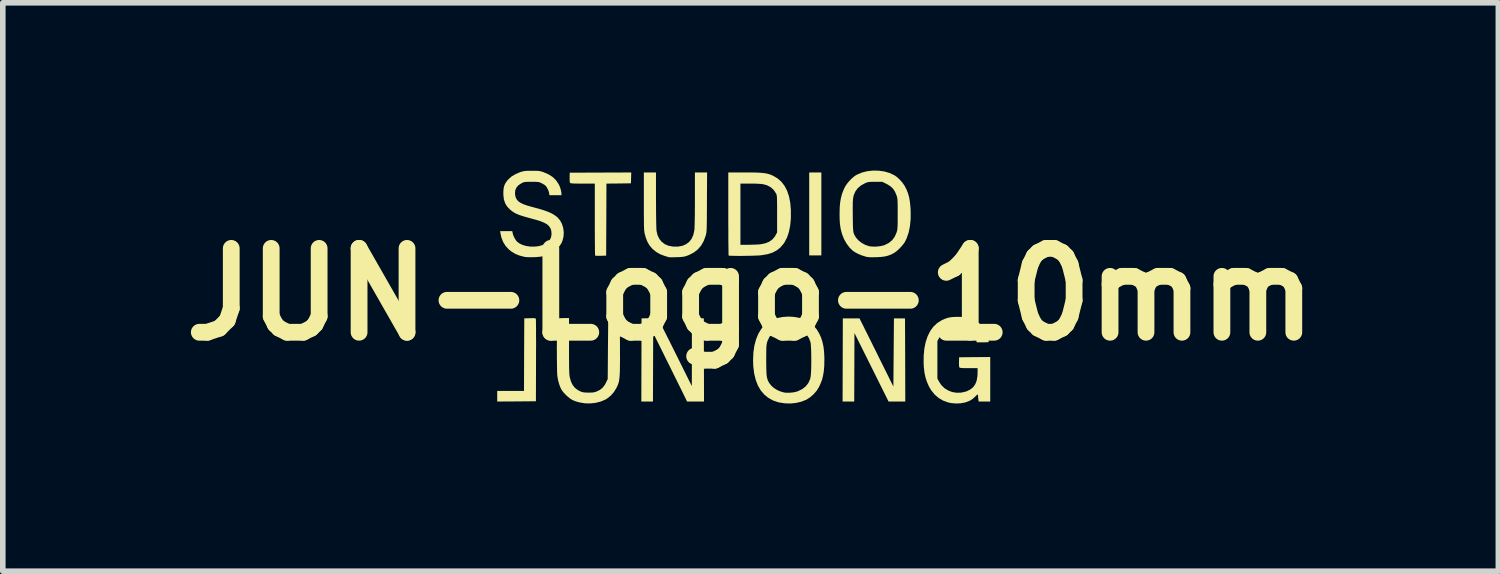
<source format=kicad_pcb>
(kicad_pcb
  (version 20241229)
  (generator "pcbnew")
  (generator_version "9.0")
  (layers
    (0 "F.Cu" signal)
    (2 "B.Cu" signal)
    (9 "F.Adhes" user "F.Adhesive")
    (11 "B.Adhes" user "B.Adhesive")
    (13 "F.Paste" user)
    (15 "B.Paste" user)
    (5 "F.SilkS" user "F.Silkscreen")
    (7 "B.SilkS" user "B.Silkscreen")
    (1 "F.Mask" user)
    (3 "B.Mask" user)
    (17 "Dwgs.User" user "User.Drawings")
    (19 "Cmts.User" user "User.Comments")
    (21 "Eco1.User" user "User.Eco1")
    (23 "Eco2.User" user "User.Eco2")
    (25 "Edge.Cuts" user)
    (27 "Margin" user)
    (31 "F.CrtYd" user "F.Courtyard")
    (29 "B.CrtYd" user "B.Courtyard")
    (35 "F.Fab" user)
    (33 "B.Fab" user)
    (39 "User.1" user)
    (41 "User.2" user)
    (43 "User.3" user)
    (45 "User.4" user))
  (footprint "JUN-Logo-10mm"
    (layer "F.Cu")
    (at 10.371 2.213)
    (property "Reference" "JUN-Logo-10mm" (at 0 0 0) (layer "F.SilkS") (effects (font (size 1.5 1.5) (thickness 0.3))))
    (attr board_only exclude_from_pos_files exclude_from_bom)
    (fp_poly (pts (xy 1.266 -1.438) (xy 1.266 -0.696) (xy 1.157 -0.696) (xy 1.049 -0.696) (xy 1.049 -1.438) (xy 1.049 -2.179) (xy 1.157 -2.179) (xy 1.266 -2.179)) (stroke (width 0) (type solid)) (fill yes) (layer "F.SilkS"))
    (fp_poly (pts (xy -3.872 0.426) (xy -3.854 0.428) (xy -3.845 0.432) (xy -3.84 0.439) (xy -3.839 0.445) (xy -3.838 0.457) (xy -3.837 0.486) (xy -3.837 0.53) (xy -3.836 0.588) (xy -3.836 0.658) (xy -3.836 0.74) (xy -3.835 0.831) (xy -3.835 0.93) (xy -3.836 1.036) (xy -3.836 1.148) (xy -3.836 1.189) (xy -3.838 1.912) (xy -4.184 1.915) (xy -4.53 1.917) (xy -4.53 1.822) (xy -4.53 1.727) (xy -4.291 1.727) (xy -4.051 1.727) (xy -4.049 1.078) (xy -4.046 0.43) (xy -3.945 0.427) (xy -3.901 0.426)) (stroke (width 0) (type solid)) (fill yes) (layer "F.SilkS"))
    (fp_poly (pts (xy 1.989 0.512) (xy 2 0.534) (xy 2.019 0.571) (xy 2.043 0.621) (xy 2.074 0.682) (xy 2.109 0.753) (xy 2.149 0.832) (xy 2.191 0.918) (xy 2.236 1.008) (xy 2.282 1.101) (xy 2.292 1.122) (xy 2.554 1.649) (xy 2.559 1.039) (xy 2.564 0.43) (xy 2.663 0.43) (xy 2.762 0.43) (xy 2.765 1.173) (xy 2.767 1.917) (xy 2.617 1.917) (xy 2.468 1.917) (xy 2.163 1.304) (xy 1.858 0.692) (xy 1.856 1.304) (xy 1.854 1.917) (xy 1.75 1.917) (xy 1.646 1.917) (xy 1.648 1.173) (xy 1.65 0.43) (xy 1.799 0.43) (xy 1.948 0.43)) (stroke (width 0) (type solid)) (fill yes) (layer "F.SilkS"))
    (fp_poly (pts (xy -2.136 -2.082) (xy -2.139 -1.985) (xy -2.358 -1.982) (xy -2.577 -1.98) (xy -2.579 -1.336) (xy -2.582 -0.692) (xy -2.677 -0.689) (xy -2.717 -0.689) (xy -2.75 -0.689) (xy -2.772 -0.691) (xy -2.779 -0.693) (xy -2.78 -0.703) (xy -2.781 -0.729) (xy -2.782 -0.771) (xy -2.783 -0.826) (xy -2.783 -0.894) (xy -2.784 -0.972) (xy -2.784 -1.06) (xy -2.785 -1.156) (xy -2.785 -1.258) (xy -2.785 -1.34) (xy -2.785 -1.98) (xy -3.001 -1.98) (xy -3.072 -1.98) (xy -3.126 -1.981) (xy -3.167 -1.982) (xy -3.196 -1.984) (xy -3.214 -1.987) (xy -3.224 -1.99) (xy -3.227 -1.993) (xy -3.233 -2.01) (xy -3.235 -2.043) (xy -3.235 -2.09) (xy -3.233 -2.175) (xy -2.683 -2.177) (xy -2.133 -2.179)) (stroke (width 0) (type solid)) (fill yes) (layer "F.SilkS"))
    (fp_poly (pts (xy -1.706 0.427) (xy -1.677 0.429) (xy -1.661 0.432) (xy -1.655 0.436) (xy -1.649 0.446) (xy -1.636 0.471) (xy -1.616 0.509) (xy -1.59 0.559) (xy -1.559 0.621) (xy -1.523 0.692) (xy -1.483 0.772) (xy -1.439 0.859) (xy -1.393 0.952) (xy -1.347 1.044) (xy -1.05 1.641) (xy -1.049 1.043) (xy -1.049 0.922) (xy -1.049 0.818) (xy -1.049 0.729) (xy -1.048 0.654) (xy -1.047 0.593) (xy -1.046 0.544) (xy -1.045 0.506) (xy -1.044 0.477) (xy -1.042 0.457) (xy -1.04 0.444) (xy -1.038 0.437) (xy -1.036 0.435) (xy -1.019 0.429) (xy -0.986 0.427) (xy -0.935 0.427) (xy -0.93 0.427) (xy -0.836 0.43) (xy -0.834 1.173) (xy -0.832 1.917) (xy -0.983 1.917) (xy -1.135 1.917) (xy -1.265 1.652) (xy -1.3 1.582) (xy -1.341 1.499) (xy -1.386 1.408) (xy -1.433 1.312) (xy -1.481 1.216) (xy -1.528 1.122) (xy -1.568 1.04) (xy -1.741 0.692) (xy -1.743 1.305) (xy -1.745 1.917) (xy -1.849 1.917) (xy -1.953 1.917) (xy -1.951 1.173) (xy -1.949 0.43) (xy -1.807 0.427) (xy -1.748 0.426)) (stroke (width 0) (type solid)) (fill yes) (layer "F.SilkS"))
    (fp_poly (pts (xy -0.011 -2.179) (xy 0.071 -2.178) (xy 0.14 -2.176) (xy 0.198 -2.172) (xy 0.246 -2.167) (xy 0.287 -2.16) (xy 0.324 -2.151) (xy 0.358 -2.139) (xy 0.392 -2.125) (xy 0.412 -2.115) (xy 0.49 -2.068) (xy 0.556 -2.008) (xy 0.611 -1.935) (xy 0.655 -1.849) (xy 0.688 -1.749) (xy 0.71 -1.636) (xy 0.721 -1.508) (xy 0.721 -1.501) (xy 0.721 -1.358) (xy 0.709 -1.23) (xy 0.686 -1.115) (xy 0.652 -1.014) (xy 0.606 -0.927) (xy 0.587 -0.9) (xy 0.532 -0.836) (xy 0.467 -0.785) (xy 0.393 -0.746) (xy 0.306 -0.718) (xy 0.206 -0.701) (xy 0.165 -0.696) (xy 0.127 -0.694) (xy 0.078 -0.692) (xy 0.022 -0.69) (xy -0.04 -0.689) (xy -0.103 -0.688) (xy -0.167 -0.687) (xy -0.227 -0.687) (xy -0.282 -0.688) (xy -0.328 -0.689) (xy -0.364 -0.69) (xy -0.386 -0.692) (xy -0.392 -0.693) (xy -0.393 -0.703) (xy -0.394 -0.73) (xy -0.394 -0.771) (xy -0.395 -0.827) (xy -0.396 -0.896) (xy -0.397 -0.976) (xy -0.397 -1.066) (xy -0.397 -1.164) (xy -0.398 -1.27) (xy -0.398 -1.381) (xy -0.398 -1.439) (xy -0.398 -1.98) (xy -0.181 -1.98) (xy -0.181 -1.433) (xy -0.181 -0.886) (xy -0.038 -0.886) (xy 0.018 -0.887) (xy 0.076 -0.889) (xy 0.128 -0.891) (xy 0.17 -0.894) (xy 0.181 -0.896) (xy 0.264 -0.912) (xy 0.334 -0.941) (xy 0.39 -0.981) (xy 0.435 -1.034) (xy 0.449 -1.059) (xy 0.475 -1.108) (xy 0.475 -1.438) (xy 0.475 -1.524) (xy 0.475 -1.594) (xy 0.474 -1.649) (xy 0.473 -1.693) (xy 0.472 -1.726) (xy 0.471 -1.75) (xy 0.468 -1.768) (xy 0.465 -1.782) (xy 0.461 -1.793) (xy 0.456 -1.803) (xy 0.454 -1.806) (xy 0.413 -1.868) (xy 0.36 -1.915) (xy 0.297 -1.949) (xy 0.235 -1.967) (xy 0.195 -1.973) (xy 0.137 -1.977) (xy 0.063 -1.98) (xy -0.002 -1.98) (xy -0.181 -1.98) (xy -0.398 -1.98) (xy -0.398 -2.179) (xy -0.11 -2.179)) (stroke (width 0) (type solid)) (fill yes) (layer "F.SilkS"))
    (fp_poly (pts (xy -1.691 -1.693) (xy -1.69 -1.599) (xy -1.69 -1.508) (xy -1.689 -1.422) (xy -1.688 -1.344) (xy -1.687 -1.275) (xy -1.685 -1.218) (xy -1.684 -1.174) (xy -1.682 -1.146) (xy -1.682 -1.139) (xy -1.664 -1.06) (xy -1.632 -0.993) (xy -1.588 -0.938) (xy -1.532 -0.896) (xy -1.464 -0.868) (xy -1.387 -0.854) (xy -1.298 -0.853) (xy -1.22 -0.867) (xy -1.154 -0.895) (xy -1.098 -0.937) (xy -1.055 -0.992) (xy -1.024 -1.06) (xy -1.006 -1.14) (xy -1.004 -1.153) (xy -1.002 -1.178) (xy -1.001 -1.219) (xy -0.999 -1.274) (xy -0.998 -1.341) (xy -0.996 -1.417) (xy -0.996 -1.501) (xy -0.995 -1.591) (xy -0.995 -1.684) (xy -0.995 -1.707) (xy -0.995 -2.179) (xy -0.886 -2.179) (xy -0.777 -2.179) (xy -0.78 -1.648) (xy -0.78 -1.537) (xy -0.781 -1.442) (xy -0.781 -1.362) (xy -0.782 -1.296) (xy -0.783 -1.241) (xy -0.784 -1.197) (xy -0.785 -1.162) (xy -0.787 -1.134) (xy -0.789 -1.111) (xy -0.792 -1.093) (xy -0.795 -1.077) (xy -0.798 -1.062) (xy -0.803 -1.047) (xy -0.804 -1.044) (xy -0.839 -0.95) (xy -0.885 -0.87) (xy -0.943 -0.803) (xy -1.014 -0.748) (xy -1.099 -0.704) (xy -1.135 -0.69) (xy -1.165 -0.68) (xy -1.194 -0.673) (xy -1.227 -0.669) (xy -1.269 -0.666) (xy -1.324 -0.664) (xy -1.325 -0.664) (xy -1.371 -0.663) (xy -1.411 -0.663) (xy -1.442 -0.663) (xy -1.458 -0.663) (xy -1.46 -0.664) (xy -1.473 -0.668) (xy -1.498 -0.675) (xy -1.53 -0.685) (xy -1.537 -0.687) (xy -1.619 -0.718) (xy -1.688 -0.758) (xy -1.752 -0.811) (xy -1.754 -0.813) (xy -1.804 -0.871) (xy -1.843 -0.936) (xy -1.873 -1.013) (xy -1.886 -1.058) (xy -1.891 -1.076) (xy -1.895 -1.094) (xy -1.898 -1.111) (xy -1.9 -1.13) (xy -1.903 -1.153) (xy -1.904 -1.181) (xy -1.906 -1.215) (xy -1.906 -1.258) (xy -1.907 -1.311) (xy -1.907 -1.375) (xy -1.908 -1.452) (xy -1.908 -1.544) (xy -1.908 -1.653) (xy -1.908 -1.662) (xy -1.908 -2.179) (xy -1.799 -2.179) (xy -1.691 -2.179)) (stroke (width 0) (type solid)) (fill yes) (layer "F.SilkS"))
    (fp_poly (pts (xy -3.246 0.92) (xy -3.246 1.032) (xy -3.246 1.127) (xy -3.245 1.208) (xy -3.245 1.274) (xy -3.244 1.329) (xy -3.242 1.374) (xy -3.241 1.41) (xy -3.239 1.438) (xy -3.236 1.461) (xy -3.233 1.48) (xy -3.232 1.483) (xy -3.211 1.561) (xy -3.179 1.624) (xy -3.138 1.675) (xy -3.084 1.715) (xy -3.049 1.733) (xy -3.022 1.744) (xy -2.997 1.751) (xy -2.967 1.755) (xy -2.928 1.757) (xy -2.903 1.758) (xy -2.855 1.757) (xy -2.819 1.755) (xy -2.79 1.75) (xy -2.762 1.741) (xy -2.753 1.738) (xy -2.692 1.708) (xy -2.644 1.669) (xy -2.606 1.619) (xy -2.587 1.583) (xy -2.554 1.515) (xy -2.55 0.972) (xy -2.545 0.43) (xy -2.441 0.43) (xy -2.337 0.43) (xy -2.335 0.925) (xy -2.335 1.047) (xy -2.334 1.152) (xy -2.335 1.242) (xy -2.336 1.319) (xy -2.337 1.383) (xy -2.34 1.438) (xy -2.343 1.483) (xy -2.348 1.522) (xy -2.353 1.555) (xy -2.36 1.583) (xy -2.369 1.609) (xy -2.379 1.634) (xy -2.391 1.66) (xy -2.396 1.67) (xy -2.441 1.744) (xy -2.498 1.81) (xy -2.563 1.862) (xy -2.592 1.88) (xy -2.675 1.916) (xy -2.767 1.94) (xy -2.865 1.951) (xy -2.963 1.949) (xy -3.058 1.933) (xy -3.065 1.931) (xy -3.108 1.919) (xy -3.151 1.904) (xy -3.186 1.889) (xy -3.191 1.886) (xy -3.229 1.862) (xy -3.272 1.827) (xy -3.315 1.786) (xy -3.353 1.744) (xy -3.378 1.709) (xy -3.403 1.66) (xy -3.425 1.598) (xy -3.443 1.531) (xy -3.454 1.463) (xy -3.455 1.462) (xy -3.457 1.434) (xy -3.459 1.392) (xy -3.46 1.338) (xy -3.461 1.275) (xy -3.462 1.203) (xy -3.463 1.125) (xy -3.463 1.043) (xy -3.464 0.959) (xy -3.463 0.874) (xy -3.463 0.792) (xy -3.462 0.714) (xy -3.461 0.641) (xy -3.46 0.576) (xy -3.459 0.522) (xy -3.457 0.479) (xy -3.455 0.45) (xy -3.453 0.436) (xy -3.452 0.436) (xy -3.437 0.43) (xy -3.404 0.427) (xy -3.355 0.425) (xy -3.344 0.425) (xy -3.246 0.425)) (stroke (width 0) (type solid)) (fill yes) (layer "F.SilkS"))
    (fp_poly (pts (xy 0.779 0.404) (xy 0.874 0.421) (xy 0.962 0.45) (xy 1.04 0.49) (xy 1.046 0.493) (xy 1.12 0.553) (xy 1.184 0.627) (xy 1.228 0.701) (xy 1.261 0.774) (xy 1.286 0.851) (xy 1.304 0.934) (xy 1.315 1.027) (xy 1.32 1.133) (xy 1.32 1.176) (xy 1.318 1.281) (xy 1.31 1.372) (xy 1.297 1.453) (xy 1.278 1.528) (xy 1.25 1.6) (xy 1.223 1.658) (xy 1.183 1.723) (xy 1.13 1.784) (xy 1.068 1.839) (xy 1.003 1.881) (xy 0.996 1.885) (xy 0.91 1.919) (xy 0.814 1.942) (xy 0.713 1.952) (xy 0.61 1.949) (xy 0.51 1.933) (xy 0.502 1.932) (xy 0.405 1.899) (xy 0.32 1.853) (xy 0.246 1.793) (xy 0.183 1.719) (xy 0.132 1.632) (xy 0.093 1.531) (xy 0.065 1.417) (xy 0.049 1.29) (xy 0.045 1.178) (xy 0.045 1.176) (xy 0.28 1.176) (xy 0.281 1.264) (xy 0.282 1.336) (xy 0.284 1.394) (xy 0.287 1.441) (xy 0.292 1.479) (xy 0.3 1.511) (xy 0.309 1.538) (xy 0.321 1.563) (xy 0.334 1.586) (xy 0.371 1.633) (xy 0.42 1.676) (xy 0.476 1.711) (xy 0.518 1.73) (xy 0.561 1.745) (xy 0.594 1.754) (xy 0.623 1.759) (xy 0.655 1.76) (xy 0.696 1.759) (xy 0.708 1.759) (xy 0.768 1.753) (xy 0.818 1.742) (xy 0.848 1.732) (xy 0.924 1.695) (xy 0.985 1.647) (xy 1.032 1.589) (xy 1.063 1.521) (xy 1.071 1.492) (xy 1.076 1.461) (xy 1.08 1.416) (xy 1.083 1.359) (xy 1.085 1.294) (xy 1.086 1.224) (xy 1.086 1.152) (xy 1.085 1.08) (xy 1.084 1.013) (xy 1.081 0.953) (xy 1.078 0.903) (xy 1.074 0.866) (xy 1.071 0.854) (xy 1.044 0.782) (xy 1.002 0.72) (xy 0.946 0.67) (xy 0.877 0.631) (xy 0.794 0.605) (xy 0.774 0.6) (xy 0.734 0.593) (xy 0.703 0.589) (xy 0.675 0.589) (xy 0.641 0.593) (xy 0.609 0.599) (xy 0.522 0.62) (xy 0.448 0.654) (xy 0.388 0.699) (xy 0.341 0.756) (xy 0.307 0.826) (xy 0.298 0.851) (xy 0.293 0.87) (xy 0.289 0.889) (xy 0.286 0.912) (xy 0.283 0.94) (xy 0.282 0.975) (xy 0.281 1.021) (xy 0.281 1.08) (xy 0.28 1.153) (xy 0.28 1.176) (xy 0.045 1.176) (xy 0.051 1.04) (xy 0.069 0.915) (xy 0.099 0.803) (xy 0.14 0.703) (xy 0.193 0.617) (xy 0.258 0.544) (xy 0.326 0.491) (xy 0.402 0.45) (xy 0.489 0.421) (xy 0.584 0.404) (xy 0.681 0.398)) (stroke (width 0) (type solid)) (fill yes) (layer "F.SilkS"))
    (fp_poly (pts (xy 3.779 0.404) (xy 3.819 0.405) (xy 3.851 0.408) (xy 3.877 0.413) (xy 3.903 0.42) (xy 3.923 0.427) (xy 4.014 0.468) (xy 4.091 0.52) (xy 4.155 0.583) (xy 4.204 0.657) (xy 4.213 0.674) (xy 4.228 0.713) (xy 4.242 0.759) (xy 4.253 0.805) (xy 4.259 0.844) (xy 4.259 0.852) (xy 4.25 0.855) (xy 4.227 0.857) (xy 4.193 0.858) (xy 4.152 0.859) (xy 4.151 0.859) (xy 4.044 0.859) (xy 4.038 0.826) (xy 4.019 0.769) (xy 3.988 0.714) (xy 3.947 0.667) (xy 3.92 0.645) (xy 3.882 0.626) (xy 3.831 0.609) (xy 3.773 0.596) (xy 3.739 0.592) (xy 3.688 0.591) (xy 3.63 0.598) (xy 3.573 0.611) (xy 3.524 0.628) (xy 3.522 0.629) (xy 3.477 0.657) (xy 3.433 0.698) (xy 3.393 0.745) (xy 3.372 0.779) (xy 3.341 0.836) (xy 3.341 1.171) (xy 3.341 1.506) (xy 3.368 1.557) (xy 3.412 1.624) (xy 3.467 1.678) (xy 3.533 1.719) (xy 3.605 1.747) (xy 3.683 1.76) (xy 3.764 1.758) (xy 3.846 1.74) (xy 3.869 1.732) (xy 3.932 1.7) (xy 3.982 1.659) (xy 4.019 1.606) (xy 4.044 1.541) (xy 4.057 1.463) (xy 4.06 1.397) (xy 4.06 1.32) (xy 3.903 1.32) (xy 3.843 1.32) (xy 3.799 1.319) (xy 3.768 1.317) (xy 3.748 1.314) (xy 3.738 1.31) (xy 3.735 1.308) (xy 3.73 1.291) (xy 3.727 1.257) (xy 3.727 1.21) (xy 3.73 1.126) (xy 4.008 1.123) (xy 4.286 1.121) (xy 4.286 1.519) (xy 4.286 1.917) (xy 4.183 1.917) (xy 4.08 1.917) (xy 4.075 1.889) (xy 4.071 1.86) (xy 4.069 1.827) (xy 4.069 1.825) (xy 4.067 1.803) (xy 4.063 1.791) (xy 4.062 1.79) (xy 4.052 1.796) (xy 4.034 1.812) (xy 4.014 1.832) (xy 3.969 1.872) (xy 3.921 1.902) (xy 3.864 1.925) (xy 3.831 1.935) (xy 3.753 1.949) (xy 3.668 1.952) (xy 3.584 1.944) (xy 3.54 1.935) (xy 3.447 1.902) (xy 3.364 1.854) (xy 3.291 1.791) (xy 3.23 1.715) (xy 3.189 1.645) (xy 3.154 1.565) (xy 3.128 1.485) (xy 3.11 1.401) (xy 3.099 1.306) (xy 3.095 1.239) (xy 3.096 1.098) (xy 3.108 0.969) (xy 3.132 0.852) (xy 3.167 0.748) (xy 3.213 0.656) (xy 3.27 0.578) (xy 3.338 0.514) (xy 3.417 0.464) (xy 3.43 0.458) (xy 3.478 0.437) (xy 3.521 0.422) (xy 3.565 0.412) (xy 3.614 0.406) (xy 3.673 0.403) (xy 3.725 0.403)) (stroke (width 0) (type solid)) (fill yes) (layer "F.SilkS"))
    (fp_poly (pts (xy 2.29 -2.211) (xy 2.392 -2.197) (xy 2.488 -2.169) (xy 2.574 -2.128) (xy 2.575 -2.128) (xy 2.622 -2.094) (xy 2.671 -2.048) (xy 2.716 -1.997) (xy 2.752 -1.945) (xy 2.753 -1.944) (xy 2.788 -1.876) (xy 2.816 -1.806) (xy 2.837 -1.729) (xy 2.851 -1.644) (xy 2.86 -1.546) (xy 2.863 -1.492) (xy 2.863 -1.351) (xy 2.851 -1.224) (xy 2.828 -1.108) (xy 2.792 -1.003) (xy 2.761 -0.939) (xy 2.736 -0.902) (xy 2.701 -0.859) (xy 2.659 -0.815) (xy 2.616 -0.776) (xy 2.576 -0.746) (xy 2.564 -0.738) (xy 2.509 -0.71) (xy 2.454 -0.69) (xy 2.395 -0.676) (xy 2.328 -0.668) (xy 2.247 -0.664) (xy 2.19 -0.663) (xy 2.147 -0.663) (xy 2.112 -0.665) (xy 2.082 -0.669) (xy 2.052 -0.676) (xy 2.044 -0.679) (xy 1.984 -0.698) (xy 1.925 -0.723) (xy 1.871 -0.751) (xy 1.83 -0.778) (xy 1.771 -0.835) (xy 1.718 -0.906) (xy 1.672 -0.987) (xy 1.637 -1.075) (xy 1.634 -1.086) (xy 1.617 -1.147) (xy 1.605 -1.209) (xy 1.597 -1.276) (xy 1.593 -1.353) (xy 1.592 -1.441) (xy 1.594 -1.529) (xy 1.827 -1.529) (xy 1.828 -1.455) (xy 1.828 -1.405) (xy 1.829 -1.326) (xy 1.83 -1.263) (xy 1.831 -1.214) (xy 1.833 -1.176) (xy 1.835 -1.147) (xy 1.838 -1.124) (xy 1.841 -1.107) (xy 1.846 -1.091) (xy 1.851 -1.076) (xy 1.852 -1.073) (xy 1.884 -1.016) (xy 1.931 -0.963) (xy 1.989 -0.918) (xy 2.054 -0.883) (xy 2.124 -0.86) (xy 2.134 -0.858) (xy 2.19 -0.853) (xy 2.254 -0.854) (xy 2.319 -0.861) (xy 2.376 -0.874) (xy 2.4 -0.882) (xy 2.474 -0.92) (xy 2.533 -0.969) (xy 2.578 -1.03) (xy 2.61 -1.103) (xy 2.613 -1.112) (xy 2.619 -1.131) (xy 2.623 -1.151) (xy 2.626 -1.174) (xy 2.628 -1.201) (xy 2.63 -1.237) (xy 2.631 -1.283) (xy 2.631 -1.341) (xy 2.631 -1.414) (xy 2.631 -1.44) (xy 2.631 -1.517) (xy 2.631 -1.578) (xy 2.63 -1.626) (xy 2.629 -1.664) (xy 2.627 -1.692) (xy 2.625 -1.715) (xy 2.621 -1.734) (xy 2.616 -1.751) (xy 2.61 -1.77) (xy 2.61 -1.77) (xy 2.583 -1.835) (xy 2.549 -1.887) (xy 2.504 -1.93) (xy 2.446 -1.967) (xy 2.423 -1.979) (xy 2.356 -2.012) (xy 2.229 -2.012) (xy 2.178 -2.012) (xy 2.141 -2.011) (xy 2.113 -2.008) (xy 2.092 -2.004) (xy 2.071 -1.997) (xy 2.048 -1.987) (xy 2.045 -1.986) (xy 1.972 -1.945) (xy 1.915 -1.896) (xy 1.874 -1.84) (xy 1.846 -1.773) (xy 1.84 -1.75) (xy 1.836 -1.728) (xy 1.832 -1.703) (xy 1.83 -1.673) (xy 1.828 -1.636) (xy 1.828 -1.588) (xy 1.827 -1.529) (xy 1.594 -1.529) (xy 1.594 -1.548) (xy 1.602 -1.642) (xy 1.617 -1.726) (xy 1.638 -1.803) (xy 1.667 -1.877) (xy 1.689 -1.922) (xy 1.72 -1.971) (xy 1.762 -2.022) (xy 1.809 -2.071) (xy 1.858 -2.112) (xy 1.897 -2.137) (xy 1.987 -2.176) (xy 2.084 -2.201) (xy 2.187 -2.213)) (stroke (width 0) (type solid)) (fill yes) (layer "F.SilkS"))
    (fp_poly (pts (xy -3.857 -2.209) (xy -3.816 -2.208) (xy -3.785 -2.206) (xy -3.759 -2.201) (xy -3.733 -2.194) (xy -3.703 -2.185) (xy -3.703 -2.184) (xy -3.613 -2.146) (xy -3.538 -2.098) (xy -3.478 -2.04) (xy -3.432 -1.971) (xy -3.427 -1.962) (xy -3.407 -1.916) (xy -3.392 -1.866) (xy -3.383 -1.821) (xy -3.382 -1.802) (xy -3.382 -1.772) (xy -3.489 -1.772) (xy -3.596 -1.772) (xy -3.602 -1.811) (xy -3.611 -1.846) (xy -3.628 -1.885) (xy -3.648 -1.921) (xy -3.669 -1.946) (xy -3.669 -1.946) (xy -3.685 -1.958) (xy -3.712 -1.974) (xy -3.734 -1.986) (xy -3.755 -1.996) (xy -3.773 -2.003) (xy -3.792 -2.008) (xy -3.816 -2.01) (xy -3.85 -2.012) (xy -3.897 -2.012) (xy -3.915 -2.012) (xy -3.967 -2.012) (xy -4.004 -2.011) (xy -4.032 -2.009) (xy -4.052 -2.005) (xy -4.07 -1.999) (xy -4.089 -1.99) (xy -4.096 -1.986) (xy -4.15 -1.951) (xy -4.186 -1.91) (xy -4.207 -1.861) (xy -4.212 -1.804) (xy -4.21 -1.782) (xy -4.201 -1.737) (xy -4.183 -1.699) (xy -4.156 -1.666) (xy -4.116 -1.638) (xy -4.064 -1.612) (xy -3.996 -1.588) (xy -3.938 -1.571) (xy -3.895 -1.56) (xy -3.846 -1.546) (xy -3.807 -1.536) (xy -3.715 -1.509) (xy -3.639 -1.483) (xy -3.575 -1.456) (xy -3.521 -1.427) (xy -3.475 -1.395) (xy -3.453 -1.377) (xy -3.407 -1.323) (xy -3.372 -1.259) (xy -3.35 -1.187) (xy -3.34 -1.111) (xy -3.344 -1.035) (xy -3.362 -0.961) (xy -3.383 -0.912) (xy -3.415 -0.864) (xy -3.459 -0.816) (xy -3.508 -0.773) (xy -3.559 -0.739) (xy -3.566 -0.735) (xy -3.628 -0.707) (xy -3.687 -0.687) (xy -3.75 -0.674) (xy -3.822 -0.667) (xy -3.875 -0.664) (xy -3.924 -0.664) (xy -3.97 -0.664) (xy -4.008 -0.666) (xy -4.034 -0.668) (xy -4.037 -0.669) (xy -4.128 -0.692) (xy -4.205 -0.723) (xy -4.273 -0.763) (xy -4.323 -0.803) (xy -4.381 -0.866) (xy -4.425 -0.937) (xy -4.456 -1.019) (xy -4.472 -1.092) (xy -4.478 -1.13) (xy -4.369 -1.13) (xy -4.261 -1.13) (xy -4.254 -1.094) (xy -4.242 -1.052) (xy -4.22 -1.005) (xy -4.193 -0.963) (xy -4.179 -0.946) (xy -4.135 -0.911) (xy -4.077 -0.883) (xy -4.011 -0.864) (xy -3.939 -0.854) (xy -3.864 -0.853) (xy -3.791 -0.861) (xy -3.724 -0.879) (xy -3.698 -0.89) (xy -3.639 -0.924) (xy -3.597 -0.964) (xy -3.57 -1.011) (xy -3.559 -1.066) (xy -3.559 -1.085) (xy -3.563 -1.137) (xy -3.578 -1.181) (xy -3.604 -1.22) (xy -3.642 -1.254) (xy -3.695 -1.283) (xy -3.762 -1.31) (xy -3.847 -1.336) (xy -3.857 -1.338) (xy -3.945 -1.362) (xy -4.018 -1.382) (xy -4.078 -1.4) (xy -4.127 -1.416) (xy -4.167 -1.432) (xy -4.201 -1.447) (xy -4.231 -1.464) (xy -4.258 -1.482) (xy -4.286 -1.504) (xy -4.301 -1.516) (xy -4.351 -1.568) (xy -4.388 -1.628) (xy -4.411 -1.698) (xy -4.42 -1.779) (xy -4.42 -1.837) (xy -4.415 -1.898) (xy -4.402 -1.949) (xy -4.38 -1.993) (xy -4.347 -2.038) (xy -4.335 -2.052) (xy -4.274 -2.107) (xy -4.197 -2.152) (xy -4.119 -2.185) (xy -4.089 -2.194) (xy -4.062 -2.201) (xy -4.035 -2.205) (xy -4.003 -2.208) (xy -3.961 -2.209) (xy -3.911 -2.209)) (stroke (width 0) (type solid)) (fill yes) (layer "F.SilkS")))
  (gr_rect
    (start -3 -3)
    (end 23.743 7.164)
    (stroke (width 0.1) (type default))
    (fill no)
    (layer "Edge.Cuts")))
</source>
